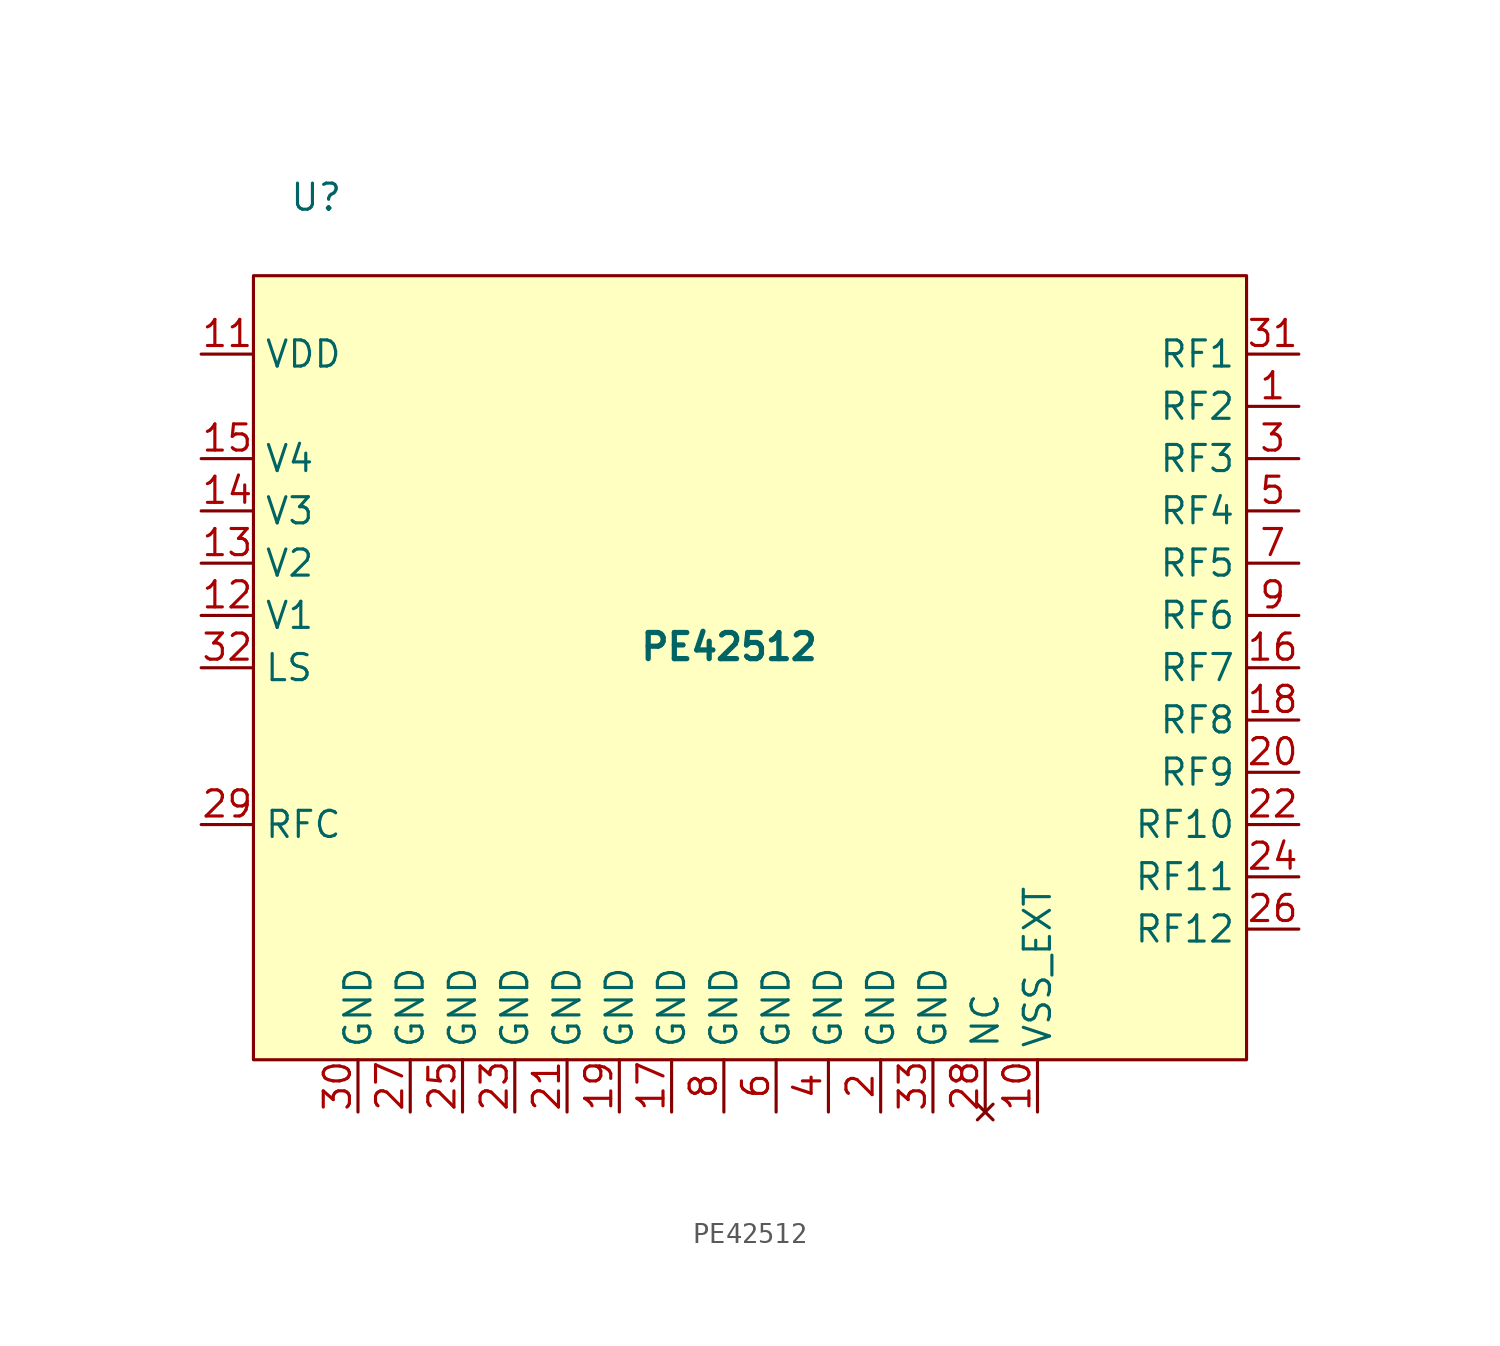
<source format=kicad_sym>
(kicad_symbol_lib
  (version 20241209)
  (generator "kicad_symbol_editor")
  (generator_version "9.0")
  (symbol "PE42512"
    (property "Reference" "U"
      (at -19.812 17.78 0)
      (effects (font (size 1.27 1.27))))
    (property "Value" "PE42512"
      (at 0.254 -4.064 0)
      (effects (font (size 1.27 1.27) (thickness 0.254) (bold yes))))
    (symbol "PE42512_0_0"
      (pin power_in line (at -25.4 10.16 0) (length 2.54) (name "VDD" (effects (font (size 1.27 1.27)))) (number "11" (effects (font (size 1.27 1.27)))))
      (pin input line (at -25.4 5.08 0) (length 2.54) (name "V4" (effects (font (size 1.27 1.27)))) (number "15" (effects (font (size 1.27 1.27)))))
      (pin input line (at -25.4 2.54 0) (length 2.54) (name "V3" (effects (font (size 1.27 1.27)))) (number "14" (effects (font (size 1.27 1.27)))))
      (pin input line (at -25.4 0 0) (length 2.54) (name "V2" (effects (font (size 1.27 1.27)))) (number "13" (effects (font (size 1.27 1.27)))))
      (pin input line (at -25.4 -2.54 0) (length 2.54) (name "V1" (effects (font (size 1.27 1.27)))) (number "12" (effects (font (size 1.27 1.27)))))
      (pin input line (at -25.4 -5.08 0) (length 2.54) (name "LS" (effects (font (size 1.27 1.27)))) (number "32" (effects (font (size 1.27 1.27)))))
      (pin bidirectional line (at -25.4 -12.7 0) (length 2.54) (name "RFC" (effects (font (size 1.27 1.27)))) (number "29" (effects (font (size 1.27 1.27)))))
      (pin power_in line (at -17.78 -26.67 90) (length 2.54) (name "GND" (effects (font (size 1.27 1.27)))) (number "30" (effects (font (size 1.27 1.27)))))
      (pin power_in line (at -15.24 -26.67 90) (length 2.54) (name "GND" (effects (font (size 1.27 1.27)))) (number "27" (effects (font (size 1.27 1.27)))))
      (pin power_in line (at -12.7 -26.67 90) (length 2.54) (name "GND" (effects (font (size 1.27 1.27)))) (number "25" (effects (font (size 1.27 1.27)))))
      (pin power_in line (at -10.16 -26.67 90) (length 2.54) (name "GND" (effects (font (size 1.27 1.27)))) (number "23" (effects (font (size 1.27 1.27)))))
      (pin power_in line (at -7.62 -26.67 90) (length 2.54) (name "GND" (effects (font (size 1.27 1.27)))) (number "21" (effects (font (size 1.27 1.27)))))
      (pin power_in line (at -5.08 -26.67 90) (length 2.54) (name "GND" (effects (font (size 1.27 1.27)))) (number "19" (effects (font (size 1.27 1.27)))))
      (pin power_in line (at -2.54 -26.67 90) (length 2.54) (name "GND" (effects (font (size 1.27 1.27)))) (number "17" (effects (font (size 1.27 1.27)))))
      (pin power_in line (at 0 -26.67 90) (length 2.54) (name "GND" (effects (font (size 1.27 1.27)))) (number "8" (effects (font (size 1.27 1.27)))))
      (pin power_in line (at 2.54 -26.67 90) (length 2.54) (name "GND" (effects (font (size 1.27 1.27)))) (number "6" (effects (font (size 1.27 1.27)))))
      (pin power_in line (at 5.08 -26.67 90) (length 2.54) (name "GND" (effects (font (size 1.27 1.27)))) (number "4" (effects (font (size 1.27 1.27)))))
      (pin power_in line (at 7.62 -26.67 90) (length 2.54) (name "GND" (effects (font (size 1.27 1.27)))) (number "2" (effects (font (size 1.27 1.27)))))
      (pin no_connect line (at 12.7 -26.67 90) (length 2.54) (name "NC" (effects (font (size 1.27 1.27)))) (number "28" (effects (font (size 1.27 1.27)))))
      (pin power_in line (at 15.24 -26.67 90) (length 2.54) (name "VSS_EXT" (effects (font (size 1.27 1.27)))) (number "10" (effects (font (size 1.27 1.27)))))
      (pin bidirectional line (at 27.94 10.16 180) (length 2.54) (name "RF1" (effects (font (size 1.27 1.27)))) (number "31" (effects (font (size 1.27 1.27)))))
      (pin bidirectional line (at 27.94 7.62 180) (length 2.54) (name "RF2" (effects (font (size 1.27 1.27)))) (number "1" (effects (font (size 1.27 1.27)))))
      (pin bidirectional line (at 27.94 5.08 180) (length 2.54) (name "RF3" (effects (font (size 1.27 1.27)))) (number "3" (effects (font (size 1.27 1.27)))))
      (pin bidirectional line (at 27.94 2.54 180) (length 2.54) (name "RF4" (effects (font (size 1.27 1.27)))) (number "5" (effects (font (size 1.27 1.27)))))
      (pin bidirectional line (at 27.94 0 180) (length 2.54) (name "RF5" (effects (font (size 1.27 1.27)))) (number "7" (effects (font (size 1.27 1.27)))))
      (pin bidirectional line (at 27.94 -2.54 180) (length 2.54) (name "RF6" (effects (font (size 1.27 1.27)))) (number "9" (effects (font (size 1.27 1.27)))))
      (pin bidirectional line (at 27.94 -5.08 180) (length 2.54) (name "RF7" (effects (font (size 1.27 1.27)))) (number "16" (effects (font (size 1.27 1.27)))))
      (pin bidirectional line (at 27.94 -7.62 180) (length 2.54) (name "RF8" (effects (font (size 1.27 1.27)))) (number "18" (effects (font (size 1.27 1.27)))))
      (pin bidirectional line (at 27.94 -10.16 180) (length 2.54) (name "RF9" (effects (font (size 1.27 1.27)))) (number "20" (effects (font (size 1.27 1.27)))))
      (pin bidirectional line (at 27.94 -12.7 180) (length 2.54) (name "RF10" (effects (font (size 1.27 1.27)))) (number "22" (effects (font (size 1.27 1.27)))))
      (pin bidirectional line (at 27.94 -15.24 180) (length 2.54) (name "RF11" (effects (font (size 1.27 1.27)))) (number "24" (effects (font (size 1.27 1.27)))))
      (pin bidirectional line (at 27.94 -17.78 180) (length 2.54) (name "RF12" (effects (font (size 1.27 1.27)))) (number "26" (effects (font (size 1.27 1.27))))))
    (symbol "PE42512_1_0"
      (pin power_in line (at 10.16 -26.67 90) (length 2.54) (name "GND" (effects (font (size 1.27 1.27)))) (number "33" (effects (font (size 1.27 1.27))))))
    (symbol "PE42512_1_1"
      (rectangle (start -22.86 13.97) (end 25.4 -24.13) (stroke (width 0) (type solid)) (fill (type background))))))
</source>
